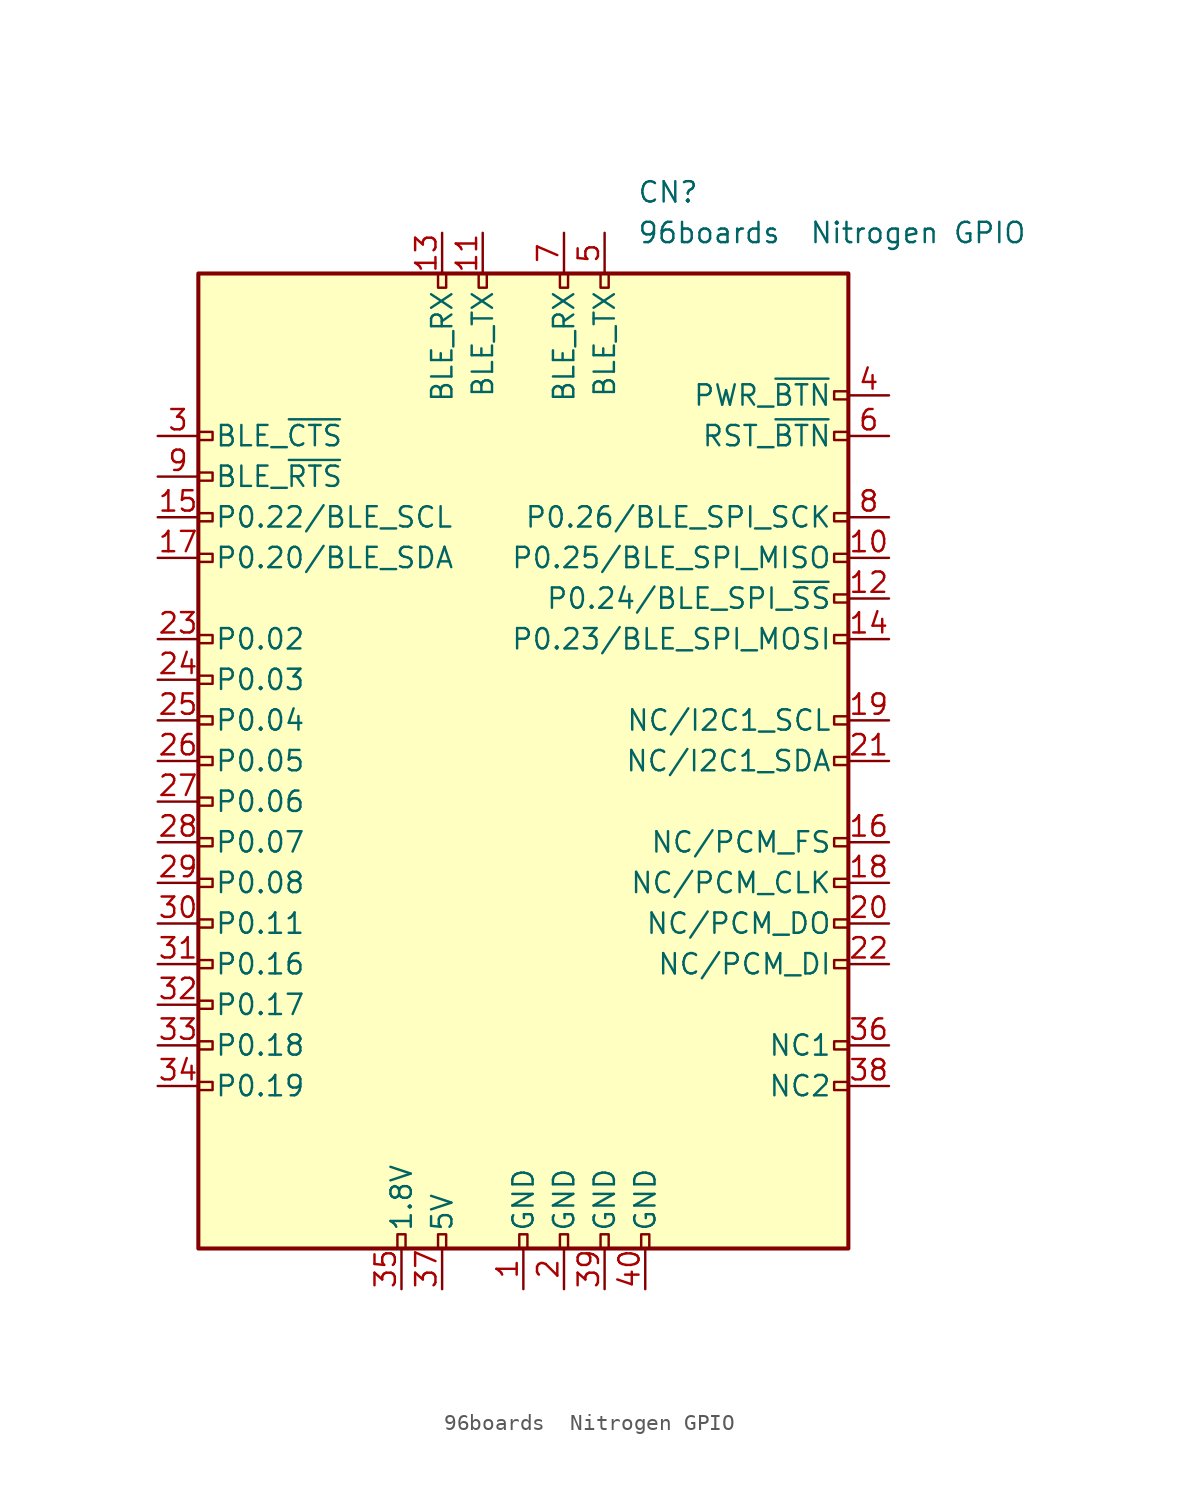
<source format=kicad_sym>
(kicad_symbol_lib
  (version 20211014)
  (generator kicad_symbol_editor)
  (symbol "96boards  Nitrogen GPIO"
    (pin_names
      (offset 1.016))
    (property "Reference" "CN"
      (at 7.099 35.56 0)
      (effects (font (size 1.27 1.27)) (justify left)))
    (property "Value" "96boards  Nitrogen GPIO"
      (at 7.099 33.02 0)
      (effects (font (size 1.27 1.27)) (justify left)))
    (symbol "96boards  Nitrogen GPIO_0_1"
      (rectangle (start -20.32 30.48) (end 20.32 -30.48) (stroke (width 0.254) (type default) (color 0 0 0 0)) (fill (type background))))
    (symbol "96boards  Nitrogen GPIO_1_1"
      (rectangle (start -19.431 -20.066) (end -20.32 -20.574) (stroke (width 0) (type default) (color 0 0 0 0)) (fill (type none)))
      (rectangle (start -19.431 -17.526) (end -20.32 -18.034) (stroke (width 0) (type default) (color 0 0 0 0)) (fill (type none)))
      (rectangle (start -19.431 -14.986) (end -20.32 -15.494) (stroke (width 0) (type default) (color 0 0 0 0)) (fill (type none)))
      (rectangle (start -19.431 -12.446) (end -20.32 -12.954) (stroke (width 0) (type default) (color 0 0 0 0)) (fill (type none)))
      (rectangle (start -19.431 -9.906) (end -20.32 -10.414) (stroke (width 0) (type default) (color 0 0 0 0)) (fill (type none)))
      (rectangle (start -19.431 -7.366) (end -20.32 -7.874) (stroke (width 0) (type default) (color 0 0 0 0)) (fill (type none)))
      (rectangle (start -19.431 -4.826) (end -20.32 -5.334) (stroke (width 0) (type default) (color 0 0 0 0)) (fill (type none)))
      (rectangle (start -19.431 -2.286) (end -20.32 -2.794) (stroke (width 0) (type default) (color 0 0 0 0)) (fill (type none)))
      (rectangle (start -19.431 0.254) (end -20.32 -0.254) (stroke (width 0) (type default) (color 0 0 0 0)) (fill (type none)))
      (rectangle (start -19.431 2.794) (end -20.32 2.286) (stroke (width 0) (type default) (color 0 0 0 0)) (fill (type none)))
      (rectangle (start -19.431 5.334) (end -20.32 4.826) (stroke (width 0) (type default) (color 0 0 0 0)) (fill (type none)))
      (rectangle (start -19.431 7.874) (end -20.32 7.366) (stroke (width 0) (type default) (color 0 0 0 0)) (fill (type none)))
      (rectangle (start -19.431 12.954) (end -20.32 12.446) (stroke (width 0) (type default) (color 0 0 0 0)) (fill (type none)))
      (rectangle (start -19.431 15.494) (end -20.32 14.986) (stroke (width 0) (type default) (color 0 0 0 0)) (fill (type none)))
      (rectangle (start -19.431 18.034) (end -20.32 17.526) (stroke (width 0) (type default) (color 0 0 0 0)) (fill (type none)))
      (rectangle (start -19.431 20.574) (end -20.32 20.066) (stroke (width 0) (type default) (color 0 0 0 0)) (fill (type none)))
      (rectangle (start -7.874 -29.591) (end -7.366 -30.48) (stroke (width 0) (type default) (color 0 0 0 0)) (fill (type none)))
      (rectangle (start -5.334 -29.591) (end -4.826 -30.48) (stroke (width 0) (type default) (color 0 0 0 0)) (fill (type none)))
      (rectangle (start -5.334 30.48) (end -4.826 29.591) (stroke (width 0) (type default) (color 0 0 0 0)) (fill (type none)))
      (rectangle (start -2.794 30.48) (end -2.286 29.591) (stroke (width 0) (type default) (color 0 0 0 0)) (fill (type none)))
      (rectangle (start -0.254 -29.591) (end 0.254 -30.48) (stroke (width 0) (type default) (color 0 0 0 0)) (fill (type none)))
      (rectangle (start 2.286 -29.591) (end 2.794 -30.48) (stroke (width 0) (type default) (color 0 0 0 0)) (fill (type none)))
      (rectangle (start 2.286 30.48) (end 2.794 29.591) (stroke (width 0) (type default) (color 0 0 0 0)) (fill (type none)))
      (rectangle (start 4.826 -29.591) (end 5.334 -30.48) (stroke (width 0) (type default) (color 0 0 0 0)) (fill (type none)))
      (rectangle (start 4.826 30.48) (end 5.334 29.591) (stroke (width 0) (type default) (color 0 0 0 0)) (fill (type none)))
      (rectangle (start 7.366 -29.591) (end 7.874 -30.48) (stroke (width 0) (type default) (color 0 0 0 0)) (fill (type none)))
      (rectangle (start 20.32 -20.066) (end 19.431 -20.574) (stroke (width 0) (type default) (color 0 0 0 0)) (fill (type none)))
      (rectangle (start 20.32 -17.526) (end 19.431 -18.034) (stroke (width 0) (type default) (color 0 0 0 0)) (fill (type none)))
      (rectangle (start 20.32 -12.446) (end 19.431 -12.954) (stroke (width 0) (type default) (color 0 0 0 0)) (fill (type none)))
      (rectangle (start 20.32 -9.906) (end 19.431 -10.414) (stroke (width 0) (type default) (color 0 0 0 0)) (fill (type none)))
      (rectangle (start 20.32 -7.366) (end 19.431 -7.874) (stroke (width 0) (type default) (color 0 0 0 0)) (fill (type none)))
      (rectangle (start 20.32 -4.826) (end 19.431 -5.334) (stroke (width 0) (type default) (color 0 0 0 0)) (fill (type none)))
      (rectangle (start 20.32 0.254) (end 19.431 -0.254) (stroke (width 0) (type default) (color 0 0 0 0)) (fill (type none)))
      (rectangle (start 20.32 2.794) (end 19.431 2.286) (stroke (width 0) (type default) (color 0 0 0 0)) (fill (type none)))
      (rectangle (start 20.32 7.874) (end 19.431 7.366) (stroke (width 0) (type default) (color 0 0 0 0)) (fill (type none)))
      (rectangle (start 20.32 10.414) (end 19.431 9.906) (stroke (width 0) (type default) (color 0 0 0 0)) (fill (type none)))
      (rectangle (start 20.32 12.954) (end 19.431 12.446) (stroke (width 0) (type default) (color 0 0 0 0)) (fill (type none)))
      (rectangle (start 20.32 15.494) (end 19.431 14.986) (stroke (width 0) (type default) (color 0 0 0 0)) (fill (type none)))
      (rectangle (start 20.32 20.574) (end 19.431 20.066) (stroke (width 0) (type default) (color 0 0 0 0)) (fill (type none)))
      (rectangle (start 20.32 23.114) (end 19.431 22.606) (stroke (width 0) (type default) (color 0 0 0 0)) (fill (type none)))
      (pin power_in line (at 0 -33.02 90) (length 2.54) (name "GND" (effects (font (size 1.27 1.27)))) (number "1" (effects (font (size 1.27 1.27)))))
      (pin bidirectional line (at 22.86 12.7 180) (length 2.54) (name "P0.25/BLE_SPI_MISO" (effects (font (size 1.27 1.27)))) (number "10" (effects (font (size 1.27 1.27)))))
      (pin power_in line (at -2.54 33.02 270) (length 2.54) (name "BLE_TX" (effects (font (size 1.27 1.27)))) (number "11" (effects (font (size 1.27 1.27)))))
      (pin bidirectional line (at 22.86 10.16 180) (length 2.54) (name "P0.24/BLE_SPI_~{SS}" (effects (font (size 1.27 1.27)))) (number "12" (effects (font (size 1.27 1.27)))))
      (pin power_in line (at -5.08 33.02 270) (length 2.54) (name "BLE_RX" (effects (font (size 1.27 1.27)))) (number "13" (effects (font (size 1.27 1.27)))))
      (pin bidirectional line (at 22.86 7.62 180) (length 2.54) (name "P0.23/BLE_SPI_MOSI" (effects (font (size 1.27 1.27)))) (number "14" (effects (font (size 1.27 1.27)))))
      (pin bidirectional line (at -22.86 15.24 0) (length 2.54) (name "P0.22/BLE_SCL" (effects (font (size 1.27 1.27)))) (number "15" (effects (font (size 1.27 1.27)))))
      (pin bidirectional line (at 22.86 -5.08 180) (length 2.54) (name "NC/PCM_FS" (effects (font (size 1.27 1.27)))) (number "16" (effects (font (size 1.27 1.27)))))
      (pin bidirectional line (at -22.86 12.7 0) (length 2.54) (name "P0.20/BLE_SDA" (effects (font (size 1.27 1.27)))) (number "17" (effects (font (size 1.27 1.27)))))
      (pin bidirectional line (at 22.86 -7.62 180) (length 2.54) (name "NC/PCM_CLK" (effects (font (size 1.27 1.27)))) (number "18" (effects (font (size 1.27 1.27)))))
      (pin bidirectional line (at 22.86 2.54 180) (length 2.54) (name "NC/I2C1_SCL" (effects (font (size 1.27 1.27)))) (number "19" (effects (font (size 1.27 1.27)))))
      (pin power_in line (at 2.54 -33.02 90) (length 2.54) (name "GND" (effects (font (size 1.27 1.27)))) (number "2" (effects (font (size 1.27 1.27)))))
      (pin bidirectional line (at 22.86 -10.16 180) (length 2.54) (name "NC/PCM_DO" (effects (font (size 1.27 1.27)))) (number "20" (effects (font (size 1.27 1.27)))))
      (pin bidirectional line (at 22.86 0 180) (length 2.54) (name "NC/I2C1_SDA" (effects (font (size 1.27 1.27)))) (number "21" (effects (font (size 1.27 1.27)))))
      (pin bidirectional line (at 22.86 -12.7 180) (length 2.54) (name "NC/PCM_DI" (effects (font (size 1.27 1.27)))) (number "22" (effects (font (size 1.27 1.27)))))
      (pin bidirectional line (at -22.86 7.62 0) (length 2.54) (name "P0.02" (effects (font (size 1.27 1.27)))) (number "23" (effects (font (size 1.27 1.27)))))
      (pin bidirectional line (at -22.86 5.08 0) (length 2.54) (name "P0.03" (effects (font (size 1.27 1.27)))) (number "24" (effects (font (size 1.27 1.27)))))
      (pin bidirectional line (at -22.86 2.54 0) (length 2.54) (name "P0.04" (effects (font (size 1.27 1.27)))) (number "25" (effects (font (size 1.27 1.27)))))
      (pin bidirectional line (at -22.86 0 0) (length 2.54) (name "P0.05" (effects (font (size 1.27 1.27)))) (number "26" (effects (font (size 1.27 1.27)))))
      (pin bidirectional line (at -22.86 -2.54 0) (length 2.54) (name "P0.06" (effects (font (size 1.27 1.27)))) (number "27" (effects (font (size 1.27 1.27)))))
      (pin bidirectional line (at -22.86 -5.08 0) (length 2.54) (name "P0.07" (effects (font (size 1.27 1.27)))) (number "28" (effects (font (size 1.27 1.27)))))
      (pin bidirectional line (at -22.86 -7.62 0) (length 2.54) (name "P0.08" (effects (font (size 1.27 1.27)))) (number "29" (effects (font (size 1.27 1.27)))))
      (pin bidirectional line (at -22.86 20.32 0) (length 2.54) (name "BLE_~{CTS}" (effects (font (size 1.27 1.27)))) (number "3" (effects (font (size 1.27 1.27)))))
      (pin bidirectional line (at -22.86 -10.16 0) (length 2.54) (name "P0.11" (effects (font (size 1.27 1.27)))) (number "30" (effects (font (size 1.27 1.27)))))
      (pin bidirectional line (at -22.86 -12.7 0) (length 2.54) (name "P0.16" (effects (font (size 1.27 1.27)))) (number "31" (effects (font (size 1.27 1.27)))))
      (pin bidirectional line (at -22.86 -15.24 0) (length 2.54) (name "P0.17" (effects (font (size 1.27 1.27)))) (number "32" (effects (font (size 1.27 1.27)))))
      (pin bidirectional line (at -22.86 -17.78 0) (length 2.54) (name "P0.18" (effects (font (size 1.27 1.27)))) (number "33" (effects (font (size 1.27 1.27)))))
      (pin bidirectional line (at -22.86 -20.32 0) (length 2.54) (name "P0.19" (effects (font (size 1.27 1.27)))) (number "34" (effects (font (size 1.27 1.27)))))
      (pin power_in line (at -7.62 -33.02 90) (length 2.54) (name "1.8V" (effects (font (size 1.27 1.27)))) (number "35" (effects (font (size 1.27 1.27)))))
      (pin bidirectional line (at 22.86 -17.78 180) (length 2.54) (name "NC1" (effects (font (size 1.27 1.27)))) (number "36" (effects (font (size 1.27 1.27)))))
      (pin power_in line (at -5.08 -33.02 90) (length 2.54) (name "5V" (effects (font (size 1.27 1.27)))) (number "37" (effects (font (size 1.27 1.27)))))
      (pin bidirectional line (at 22.86 -20.32 180) (length 2.54) (name "NC2" (effects (font (size 1.27 1.27)))) (number "38" (effects (font (size 1.27 1.27)))))
      (pin power_in line (at 5.08 -33.02 90) (length 2.54) (name "GND" (effects (font (size 1.27 1.27)))) (number "39" (effects (font (size 1.27 1.27)))))
      (pin bidirectional line (at 22.86 22.86 180) (length 2.54) (name "PWR_~{BTN}" (effects (font (size 1.27 1.27)))) (number "4" (effects (font (size 1.27 1.27)))))
      (pin power_in line (at 7.62 -33.02 90) (length 2.54) (name "GND" (effects (font (size 1.27 1.27)))) (number "40" (effects (font (size 1.27 1.27)))))
      (pin power_in line (at 5.08 33.02 270) (length 2.54) (name "BLE_TX" (effects (font (size 1.27 1.27)))) (number "5" (effects (font (size 1.27 1.27)))))
      (pin bidirectional line (at 22.86 20.32 180) (length 2.54) (name "RST_~{BTN}" (effects (font (size 1.27 1.27)))) (number "6" (effects (font (size 1.27 1.27)))))
      (pin power_in line (at 2.54 33.02 270) (length 2.54) (name "BLE_RX" (effects (font (size 1.27 1.27)))) (number "7" (effects (font (size 1.27 1.27)))))
      (pin bidirectional line (at 22.86 15.24 180) (length 2.54) (name "P0.26/BLE_SPI_SCK" (effects (font (size 1.27 1.27)))) (number "8" (effects (font (size 1.27 1.27)))))
      (pin bidirectional line (at -22.86 17.78 0) (length 2.54) (name "BLE_~{RTS}" (effects (font (size 1.27 1.27)))) (number "9" (effects (font (size 1.27 1.27))))))))
</source>
